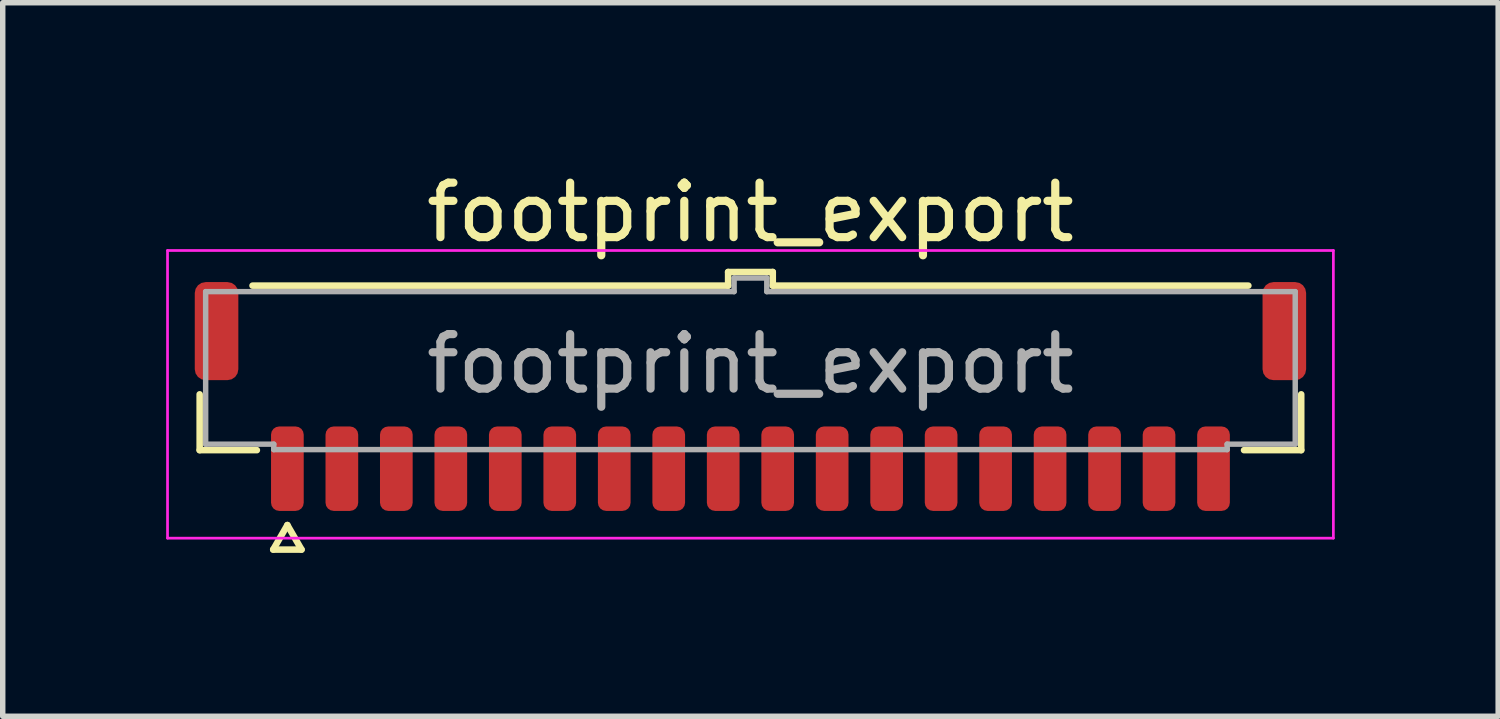
<source format=kicad_pcb>
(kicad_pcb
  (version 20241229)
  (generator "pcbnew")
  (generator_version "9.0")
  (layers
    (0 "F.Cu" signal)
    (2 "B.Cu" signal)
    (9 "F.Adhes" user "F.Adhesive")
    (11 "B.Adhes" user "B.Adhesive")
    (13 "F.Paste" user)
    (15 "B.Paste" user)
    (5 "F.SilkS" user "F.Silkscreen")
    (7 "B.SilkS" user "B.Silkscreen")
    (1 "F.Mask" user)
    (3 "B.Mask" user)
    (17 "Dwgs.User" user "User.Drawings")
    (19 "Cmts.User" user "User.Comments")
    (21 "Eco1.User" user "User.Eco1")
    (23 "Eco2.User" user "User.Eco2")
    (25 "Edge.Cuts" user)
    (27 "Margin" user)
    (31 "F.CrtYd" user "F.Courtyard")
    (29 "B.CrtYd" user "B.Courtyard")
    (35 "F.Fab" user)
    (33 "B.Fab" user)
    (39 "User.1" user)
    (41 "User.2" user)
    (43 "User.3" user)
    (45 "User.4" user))
  (footprint "footprint_export"
    (layer "F.Cu")
    (at 10.725 3.628)
    (property "Reference" "footprint_export" (at 0 -2.78 0) (layer "F.SilkS") (effects (font (size 1 1) (thickness 0.15))))
    (attr smd)
    (fp_line (start -10.11 1.585) (end -10.11 0.56) (stroke (width 0.12) (type solid)) (layer "F.SilkS"))
    (fp_line (start -9.14 -1.435) (end -0.41 -1.435) (stroke (width 0.12) (type solid)) (layer "F.SilkS"))
    (fp_line (start -9.06 1.585) (end -10.11 1.585) (stroke (width 0.12) (type solid)) (layer "F.SilkS"))
    (fp_line (start -8.76 3.41) (end -8.5 2.96) (stroke (width 0.12) (type solid)) (layer "F.SilkS"))
    (fp_line (start -8.5 2.96) (end -8.24 3.41) (stroke (width 0.12) (type solid)) (layer "F.SilkS"))
    (fp_line (start -8.24 3.41) (end -8.76 3.41) (stroke (width 0.12) (type solid)) (layer "F.SilkS"))
    (fp_line (start -0.41 -1.685) (end 0.41 -1.685) (stroke (width 0.12) (type solid)) (layer "F.SilkS"))
    (fp_line (start -0.41 -1.435) (end -0.41 -1.685) (stroke (width 0.12) (type solid)) (layer "F.SilkS"))
    (fp_line (start 0.41 -1.685) (end 0.41 -1.435) (stroke (width 0.12) (type solid)) (layer "F.SilkS"))
    (fp_line (start 0.41 -1.435) (end 9.14 -1.435) (stroke (width 0.12) (type solid)) (layer "F.SilkS"))
    (fp_line (start 10.11 0.56) (end 10.11 1.585) (stroke (width 0.12) (type solid)) (layer "F.SilkS"))
    (fp_line (start 10.11 1.585) (end 9.06 1.585) (stroke (width 0.12) (type solid)) (layer "F.SilkS"))
    (fp_line (start -10.7 -2.08) (end -10.7 3.2) (stroke (width 0.05) (type solid)) (layer "F.CrtYd"))
    (fp_line (start -10.7 3.2) (end 10.7 3.2) (stroke (width 0.05) (type solid)) (layer "F.CrtYd"))
    (fp_line (start 10.7 -2.08) (end -10.7 -2.08) (stroke (width 0.05) (type solid)) (layer "F.CrtYd"))
    (fp_line (start 10.7 3.2) (end 10.7 -2.08) (stroke (width 0.05) (type solid)) (layer "F.CrtYd"))
    (fp_line (start -10 -1.325) (end -0.3 -1.325) (stroke (width 0.1) (type solid)) (layer "F.Fab"))
    (fp_line (start -10 1.475) (end -10 -1.325) (stroke (width 0.1) (type solid)) (layer "F.Fab"))
    (fp_line (start -8.75 1.475) (end -10 1.475) (stroke (width 0.1) (type solid)) (layer "F.Fab"))
    (fp_line (start -8.75 1.575) (end -8.75 1.475) (stroke (width 0.1) (type solid)) (layer "F.Fab"))
    (fp_line (start -0.3 -1.575) (end 0.3 -1.575) (stroke (width 0.1) (type solid)) (layer "F.Fab"))
    (fp_line (start -0.3 -1.325) (end -0.3 -1.575) (stroke (width 0.1) (type solid)) (layer "F.Fab"))
    (fp_line (start 0.3 -1.575) (end 0.3 -1.325) (stroke (width 0.1) (type solid)) (layer "F.Fab"))
    (fp_line (start 0.3 -1.325) (end 10 -1.325) (stroke (width 0.1) (type solid)) (layer "F.Fab"))
    (fp_line (start 8.75 1.475) (end 8.75 1.575) (stroke (width 0.1) (type solid)) (layer "F.Fab"))
    (fp_line (start 8.75 1.575) (end -8.75 1.575) (stroke (width 0.1) (type solid)) (layer "F.Fab"))
    (fp_line (start 10 -1.325) (end 10 1.475) (stroke (width 0.1) (type solid)) (layer "F.Fab"))
    (fp_line (start 10 1.475) (end 8.75 1.475) (stroke (width 0.1) (type solid)) (layer "F.Fab"))
    (fp_text user "${REFERENCE}" (at 0 0 0) (layer "F.Fab") (effects (font (size 1 1) (thickness 0.15))))
    (pad "1" smd roundrect (at -8.5 1.925) (size 0.6 1.55) (layers "F.Cu" "F.Mask" "F.Paste") (roundrect_rratio 0.25))
    (pad "2" smd roundrect (at -7.5 1.925) (size 0.6 1.55) (layers "F.Cu" "F.Mask" "F.Paste") (roundrect_rratio 0.25))
    (pad "3" smd roundrect (at -6.5 1.925) (size 0.6 1.55) (layers "F.Cu" "F.Mask" "F.Paste") (roundrect_rratio 0.25))
    (pad "4" smd roundrect (at -5.5 1.925) (size 0.6 1.55) (layers "F.Cu" "F.Mask" "F.Paste") (roundrect_rratio 0.25))
    (pad "5" smd roundrect (at -4.5 1.925) (size 0.6 1.55) (layers "F.Cu" "F.Mask" "F.Paste") (roundrect_rratio 0.25))
    (pad "6" smd roundrect (at -3.5 1.925) (size 0.6 1.55) (layers "F.Cu" "F.Mask" "F.Paste") (roundrect_rratio 0.25))
    (pad "7" smd roundrect (at -2.5 1.925) (size 0.6 1.55) (layers "F.Cu" "F.Mask" "F.Paste") (roundrect_rratio 0.25))
    (pad "8" smd roundrect (at -1.5 1.925) (size 0.6 1.55) (layers "F.Cu" "F.Mask" "F.Paste") (roundrect_rratio 0.25))
    (pad "9" smd roundrect (at -0.5 1.925) (size 0.6 1.55) (layers "F.Cu" "F.Mask" "F.Paste") (roundrect_rratio 0.25))
    (pad "10" smd roundrect (at 0.5 1.925) (size 0.6 1.55) (layers "F.Cu" "F.Mask" "F.Paste") (roundrect_rratio 0.25))
    (pad "11" smd roundrect (at 1.5 1.925) (size 0.6 1.55) (layers "F.Cu" "F.Mask" "F.Paste") (roundrect_rratio 0.25))
    (pad "12" smd roundrect (at 2.5 1.925) (size 0.6 1.55) (layers "F.Cu" "F.Mask" "F.Paste") (roundrect_rratio 0.25))
    (pad "13" smd roundrect (at 3.5 1.925) (size 0.6 1.55) (layers "F.Cu" "F.Mask" "F.Paste") (roundrect_rratio 0.25))
    (pad "14" smd roundrect (at 4.5 1.925) (size 0.6 1.55) (layers "F.Cu" "F.Mask" "F.Paste") (roundrect_rratio 0.25))
    (pad "15" smd roundrect (at 5.5 1.925) (size 0.6 1.55) (layers "F.Cu" "F.Mask" "F.Paste") (roundrect_rratio 0.25))
    (pad "16" smd roundrect (at 6.5 1.925) (size 0.6 1.55) (layers "F.Cu" "F.Mask" "F.Paste") (roundrect_rratio 0.25))
    (pad "17" smd roundrect (at 7.5 1.925) (size 0.6 1.55) (layers "F.Cu" "F.Mask" "F.Paste") (roundrect_rratio 0.25))
    (pad "18" smd roundrect (at 8.5 1.925) (size 0.6 1.55) (layers "F.Cu" "F.Mask" "F.Paste") (roundrect_rratio 0.25))
    (pad "MP" smd roundrect (at -9.8 -0.6) (size 0.8 1.8) (layers "F.Cu" "F.Mask" "F.Paste") (roundrect_rratio 0.25))
    (pad "MP" smd roundrect (at 9.8 -0.6) (size 0.8 1.8) (layers "F.Cu" "F.Mask" "F.Paste") (roundrect_rratio 0.25)))
  (gr_rect
    (start -3 -3)
    (end 24.45 10.098)
    (stroke (width 0.1) (type default))
    (fill no)
    (layer "Edge.Cuts")))
</source>
